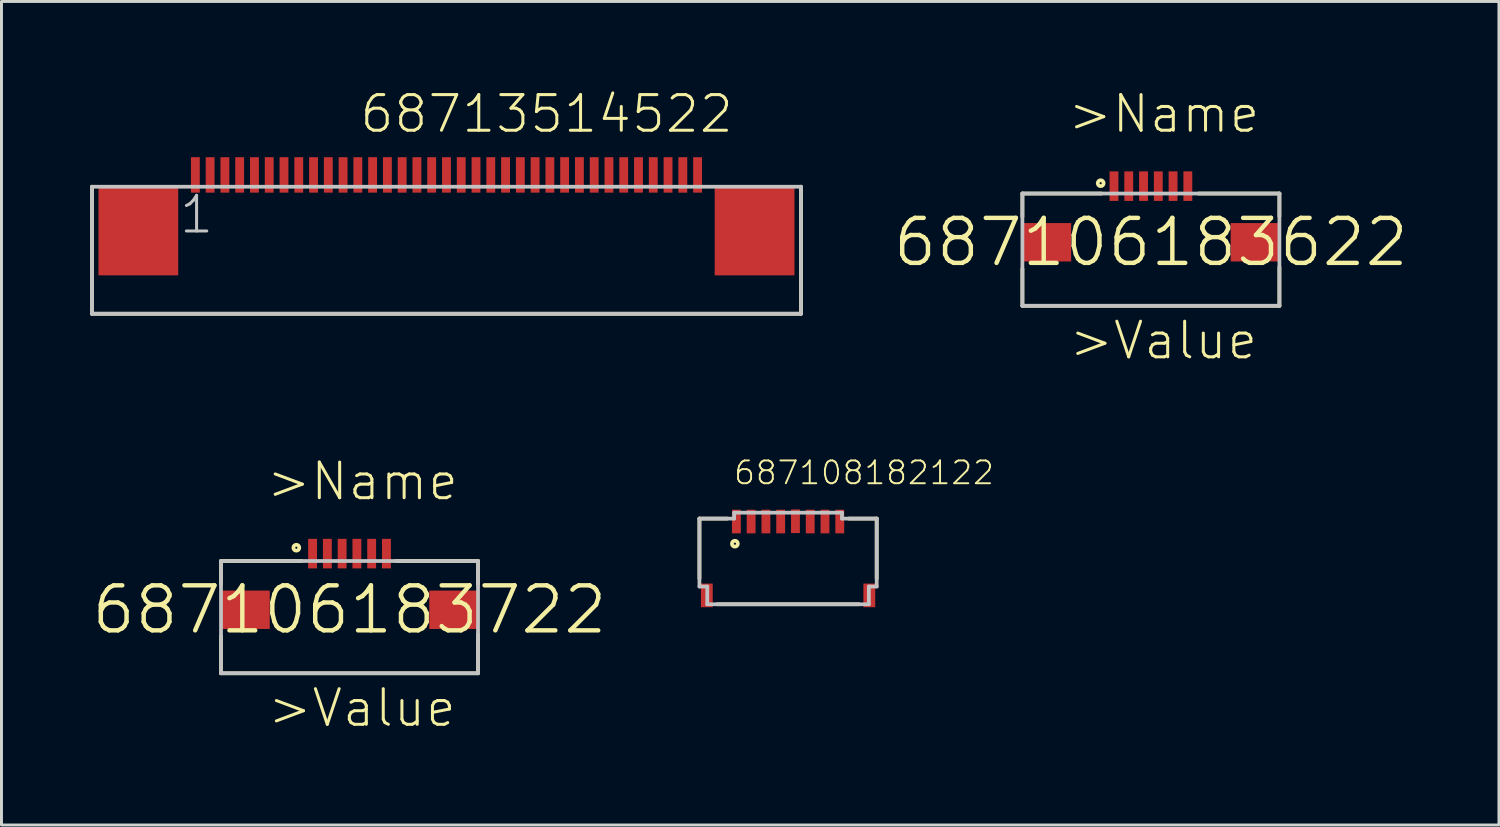
<source format=kicad_pcb>
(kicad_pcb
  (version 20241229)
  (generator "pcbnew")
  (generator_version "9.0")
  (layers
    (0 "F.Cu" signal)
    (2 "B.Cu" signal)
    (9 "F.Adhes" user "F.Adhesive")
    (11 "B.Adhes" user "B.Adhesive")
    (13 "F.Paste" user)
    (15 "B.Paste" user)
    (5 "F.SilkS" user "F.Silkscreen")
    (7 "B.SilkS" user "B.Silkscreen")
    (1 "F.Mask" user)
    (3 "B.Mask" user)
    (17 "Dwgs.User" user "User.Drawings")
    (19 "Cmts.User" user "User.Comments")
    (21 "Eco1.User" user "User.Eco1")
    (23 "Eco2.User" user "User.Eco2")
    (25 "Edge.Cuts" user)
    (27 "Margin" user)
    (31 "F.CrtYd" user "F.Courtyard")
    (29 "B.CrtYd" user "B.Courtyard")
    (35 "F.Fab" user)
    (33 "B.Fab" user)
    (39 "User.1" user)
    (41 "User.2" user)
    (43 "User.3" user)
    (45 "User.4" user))
  (footprint "68713514522"
    (layer "F.Cu")
    (at 12.063 4.771)
    (property "Reference" "68713514522" (at -2.994 -3.26 0) (layer "F.SilkS") (effects (font (size 1.206 1.206) (thickness 0.102)) (justify left bottom)))
    (attr through_hole)
    (fp_line (start -12 -1.5) (end -12 2.8) (stroke (width 0.127) (type solid)) (layer "F.SilkS"))
    (fp_line (start -12 2.8) (end 12 2.8) (stroke (width 0.127) (type solid)) (layer "F.SilkS"))
    (fp_line (start 12 2.8) (end 12 -1.5) (stroke (width 0.127) (type solid)) (layer "F.SilkS"))
    (fp_line (start -12 -1.5) (end 12 -1.5) (stroke (width 0.127) (type solid)) (layer "Dwgs.User"))
    (fp_line (start -12 2.8) (end -12 -1.5) (stroke (width 0.127) (type solid)) (layer "Dwgs.User"))
    (fp_line (start -12 2.8) (end 12 2.8) (stroke (width 0.127) (type solid)) (layer "Dwgs.User"))
    (fp_line (start 12 -1.5) (end 12 2.8) (stroke (width 0.127) (type solid)) (layer "Dwgs.User"))
    (fp_text user "1" (at -9.1 0.15 0) (layer "Dwgs.User") (effects (font (size 1.206 1.206) (thickness 0.102)) (justify left bottom)))
    (pad "1" smd rect (at -8.5 -1.9) (size 0.3 1.2) (layers "F.Cu" "F.Mask" "F.Paste"))
    (pad "2" smd rect (at -8 -1.9) (size 0.3 1.2) (layers "F.Cu" "F.Mask" "F.Paste"))
    (pad "3" smd rect (at -7.5 -1.9) (size 0.3 1.2) (layers "F.Cu" "F.Mask" "F.Paste"))
    (pad "4" smd rect (at -7 -1.9) (size 0.3 1.2) (layers "F.Cu" "F.Mask" "F.Paste"))
    (pad "5" smd rect (at -6.5 -1.9) (size 0.3 1.2) (layers "F.Cu" "F.Mask" "F.Paste"))
    (pad "6" smd rect (at -6 -1.9) (size 0.3 1.2) (layers "F.Cu" "F.Mask" "F.Paste"))
    (pad "7" smd rect (at -5.5 -1.9) (size 0.3 1.2) (layers "F.Cu" "F.Mask" "F.Paste"))
    (pad "8" smd rect (at -5 -1.9) (size 0.3 1.2) (layers "F.Cu" "F.Mask" "F.Paste"))
    (pad "9" smd rect (at -4.5 -1.9) (size 0.3 1.2) (layers "F.Cu" "F.Mask" "F.Paste"))
    (pad "10" smd rect (at -4 -1.9) (size 0.3 1.2) (layers "F.Cu" "F.Mask" "F.Paste"))
    (pad "11" smd rect (at -3.5 -1.9) (size 0.3 1.2) (layers "F.Cu" "F.Mask" "F.Paste"))
    (pad "12" smd rect (at -3 -1.9) (size 0.3 1.2) (layers "F.Cu" "F.Mask" "F.Paste"))
    (pad "13" smd rect (at -2.5 -1.9) (size 0.3 1.2) (layers "F.Cu" "F.Mask" "F.Paste"))
    (pad "14" smd rect (at -2 -1.9) (size 0.3 1.2) (layers "F.Cu" "F.Mask" "F.Paste"))
    (pad "15" smd rect (at -1.5 -1.9) (size 0.3 1.2) (layers "F.Cu" "F.Mask" "F.Paste"))
    (pad "16" smd rect (at -1 -1.9) (size 0.3 1.2) (layers "F.Cu" "F.Mask" "F.Paste"))
    (pad "17" smd rect (at -0.5 -1.9) (size 0.3 1.2) (layers "F.Cu" "F.Mask" "F.Paste"))
    (pad "18" smd rect (at 0 -1.9) (size 0.3 1.2) (layers "F.Cu" "F.Mask" "F.Paste"))
    (pad "19" smd rect (at 0.5 -1.9) (size 0.3 1.2) (layers "F.Cu" "F.Mask" "F.Paste"))
    (pad "20" smd rect (at 1 -1.9) (size 0.3 1.2) (layers "F.Cu" "F.Mask" "F.Paste"))
    (pad "21" smd rect (at 1.5 -1.9) (size 0.3 1.2) (layers "F.Cu" "F.Mask" "F.Paste"))
    (pad "22" smd rect (at 2 -1.9) (size 0.3 1.2) (layers "F.Cu" "F.Mask" "F.Paste"))
    (pad "23" smd rect (at 2.5 -1.9) (size 0.3 1.2) (layers "F.Cu" "F.Mask" "F.Paste"))
    (pad "24" smd rect (at 3 -1.9) (size 0.3 1.2) (layers "F.Cu" "F.Mask" "F.Paste"))
    (pad "25" smd rect (at 3.5 -1.9) (size 0.3 1.2) (layers "F.Cu" "F.Mask" "F.Paste"))
    (pad "26" smd rect (at 4 -1.9) (size 0.3 1.2) (layers "F.Cu" "F.Mask" "F.Paste"))
    (pad "27" smd rect (at 4.5 -1.9) (size 0.3 1.2) (layers "F.Cu" "F.Mask" "F.Paste"))
    (pad "28" smd rect (at 5 -1.9) (size 0.3 1.2) (layers "F.Cu" "F.Mask" "F.Paste"))
    (pad "29" smd rect (at 5.5 -1.9) (size 0.3 1.2) (layers "F.Cu" "F.Mask" "F.Paste"))
    (pad "30" smd rect (at 6 -1.9) (size 0.3 1.2) (layers "F.Cu" "F.Mask" "F.Paste"))
    (pad "31" smd rect (at 6.5 -1.9) (size 0.3 1.2) (layers "F.Cu" "F.Mask" "F.Paste"))
    (pad "32" smd rect (at 7 -1.9) (size 0.3 1.2) (layers "F.Cu" "F.Mask" "F.Paste"))
    (pad "33" smd rect (at 7.5 -1.9) (size 0.3 1.2) (layers "F.Cu" "F.Mask" "F.Paste"))
    (pad "34" smd rect (at 8 -1.9) (size 0.3 1.2) (layers "F.Cu" "F.Mask" "F.Paste"))
    (pad "35" smd rect (at 8.5 -1.9) (size 0.3 1.2) (layers "F.Cu" "F.Mask" "F.Paste"))
    (pad "Z1" smd rect (at -10.43 0) (size 2.7 3) (layers "F.Cu" "F.Mask" "F.Paste"))
    (pad "Z2" smd rect (at 10.43 0) (size 2.7 3) (layers "F.Cu" "F.Mask" "F.Paste")))
  (footprint "687106183622"
    (layer "F.Cu")
    (at 35.908 5.151)
    (property "Reference" "687106183622" (at 0 0 0) (layer "F.SilkS") (effects (font (size 1.524 1.524) (thickness 0.15))))
    (attr through_hole)
    (fp_line (start -4.35 -1.65) (end -4.35 -0.86) (stroke (width 0.127) (type solid)) (layer "F.SilkS"))
    (fp_line (start -4.35 0.89) (end -4.35 2.15) (stroke (width 0.127) (type solid)) (layer "F.SilkS"))
    (fp_line (start -4.35 2.15) (end 4.35 2.15) (stroke (width 0.127) (type solid)) (layer "F.SilkS"))
    (fp_line (start -1.67 -1.65) (end -4.35 -1.65) (stroke (width 0.127) (type solid)) (layer "F.SilkS"))
    (fp_line (start 1.61 -1.65) (end 4.35 -1.65) (stroke (width 0.127) (type solid)) (layer "F.SilkS"))
    (fp_line (start 4.35 -1.65) (end 4.35 -0.88) (stroke (width 0.127) (type solid)) (layer "F.SilkS"))
    (fp_line (start 4.35 2.15) (end 4.35 0.84) (stroke (width 0.127) (type solid)) (layer "F.SilkS"))
    (fp_circle (center -1.7 -2) (end -1.6 -2) (stroke (width 0.127) (type solid)) (fill no) (layer "F.SilkS"))
    (fp_line (start -4.35 -1.65) (end 4.35 -1.65) (stroke (width 0.127) (type solid)) (layer "Dwgs.User"))
    (fp_line (start -4.35 2.15) (end -4.35 -1.65) (stroke (width 0.127) (type solid)) (layer "Dwgs.User"))
    (fp_line (start 4.35 -1.65) (end 4.35 2.15) (stroke (width 0.127) (type solid)) (layer "Dwgs.User"))
    (fp_line (start 4.35 2.15) (end -4.35 2.15) (stroke (width 0.127) (type solid)) (layer "Dwgs.User"))
    (fp_text user ">Name" (at -2.87 -3.64 0) (layer "F.SilkS") (effects (font (size 1.206 1.206) (thickness 0.102)) (justify left bottom)))
    (fp_text user ">Value" (at -2.83 4.03 0) (layer "F.SilkS") (effects (font (size 1.206 1.206) (thickness 0.102)) (justify left bottom)))
    (pad "1" smd rect (at -1.25 -1.9 90) (size 1 0.3) (layers "F.Cu" "F.Mask" "F.Paste"))
    (pad "2" smd rect (at -0.75 -1.9 90) (size 1 0.3) (layers "F.Cu" "F.Mask" "F.Paste"))
    (pad "3" smd rect (at -0.25 -1.9 90) (size 1 0.3) (layers "F.Cu" "F.Mask" "F.Paste"))
    (pad "4" smd rect (at 0.25 -1.9 90) (size 1 0.3) (layers "F.Cu" "F.Mask" "F.Paste"))
    (pad "5" smd rect (at 0.75 -1.9 90) (size 1 0.3) (layers "F.Cu" "F.Mask" "F.Paste"))
    (pad "6" smd rect (at 1.25 -1.9 90) (size 1 0.3) (layers "F.Cu" "F.Mask" "F.Paste"))
    (pad "Z1" smd rect (at -3.525 0) (size 1.65 1.3) (layers "F.Cu" "F.Mask" "F.Paste"))
    (pad "Z2" smd rect (at 3.525 0) (size 1.65 1.3) (layers "F.Cu" "F.Mask" "F.Paste")))
  (footprint "687106183722"
    (layer "F.Cu")
    (at 8.781 17.59)
    (property "Reference" "687106183722" (at 0 0 0) (layer "F.SilkS") (effects (font (size 1.524 1.524) (thickness 0.15))))
    (attr through_hole)
    (fp_line (start -4.35 -1.65) (end -4.35 -0.87) (stroke (width 0.127) (type solid)) (layer "F.SilkS"))
    (fp_line (start -4.35 0.89) (end -4.35 2.15) (stroke (width 0.127) (type solid)) (layer "F.SilkS"))
    (fp_line (start -4.35 2.15) (end 4.35 2.15) (stroke (width 0.127) (type solid)) (layer "F.SilkS"))
    (fp_line (start -1.62 -1.65) (end -4.35 -1.65) (stroke (width 0.127) (type solid)) (layer "F.SilkS"))
    (fp_line (start 1.58 -1.65) (end 4.35 -1.65) (stroke (width 0.127) (type solid)) (layer "F.SilkS"))
    (fp_line (start 4.35 -1.65) (end 4.35 -0.87) (stroke (width 0.127) (type solid)) (layer "F.SilkS"))
    (fp_line (start 4.35 2.15) (end 4.35 0.84) (stroke (width 0.127) (type solid)) (layer "F.SilkS"))
    (fp_circle (center -1.8 -2.1) (end -1.7 -2.1) (stroke (width 0.127) (type solid)) (fill no) (layer "F.SilkS"))
    (fp_line (start -4.35 -1.65) (end 4.35 -1.65) (stroke (width 0.127) (type solid)) (layer "Dwgs.User"))
    (fp_line (start -4.35 2.15) (end -4.35 -1.65) (stroke (width 0.127) (type solid)) (layer "Dwgs.User"))
    (fp_line (start 4.35 -1.65) (end 4.35 2.15) (stroke (width 0.127) (type solid)) (layer "Dwgs.User"))
    (fp_line (start 4.35 2.15) (end -4.35 2.15) (stroke (width 0.127) (type solid)) (layer "Dwgs.User"))
    (fp_text user ">Name" (at -2.87 -3.64 0) (layer "F.SilkS") (effects (font (size 1.206 1.206) (thickness 0.102)) (justify left bottom)))
    (fp_text user ">Value" (at -2.83 4.03 0) (layer "F.SilkS") (effects (font (size 1.206 1.206) (thickness 0.102)) (justify left bottom)))
    (pad "1" smd rect (at -1.25 -1.9 90) (size 1 0.3) (layers "F.Cu" "F.Mask" "F.Paste"))
    (pad "2" smd rect (at -0.75 -1.9 90) (size 1 0.3) (layers "F.Cu" "F.Mask" "F.Paste"))
    (pad "3" smd rect (at -0.25 -1.9 90) (size 1 0.3) (layers "F.Cu" "F.Mask" "F.Paste"))
    (pad "4" smd rect (at 0.25 -1.9 90) (size 1 0.3) (layers "F.Cu" "F.Mask" "F.Paste"))
    (pad "5" smd rect (at 0.75 -1.9 90) (size 1 0.3) (layers "F.Cu" "F.Mask" "F.Paste"))
    (pad "6" smd rect (at 1.25 -1.9 90) (size 1 0.3) (layers "F.Cu" "F.Mask" "F.Paste"))
    (pad "Z1" smd rect (at -3.525 0) (size 1.65 1.3) (layers "F.Cu" "F.Mask" "F.Paste"))
    (pad "Z2" smd rect (at 3.525 0) (size 1.65 1.3) (layers "F.Cu" "F.Mask" "F.Paste")))
  (footprint "687108182122"
    (layer "F.Cu")
    (at 23.626 15.854)
    (property "Reference" "687108182122" (at -1.883 -2.449 0) (layer "F.SilkS") (effects (font (size 0.772 0.772) (thickness 0.065)) (justify left bottom)))
    (attr through_hole)
    (fp_line (start -3 -1.35) (end -3 0.68) (stroke (width 0.127) (type solid)) (layer "F.SilkS"))
    (fp_line (start -2.4 1.55) (end 2.4 1.55) (stroke (width 0.127) (type solid)) (layer "F.SilkS"))
    (fp_line (start -2.06 -1.35) (end -3 -1.35) (stroke (width 0.127) (type solid)) (layer "F.SilkS"))
    (fp_line (start 3 -1.35) (end 2.06 -1.35) (stroke (width 0.127) (type solid)) (layer "F.SilkS"))
    (fp_line (start 3 -1.35) (end 3 0.68) (stroke (width 0.127) (type solid)) (layer "F.SilkS"))
    (fp_circle (center -1.8 -0.5) (end -1.7 -0.5) (stroke (width 0.127) (type solid)) (fill no) (layer "F.SilkS"))
    (fp_line (start -3 -1.35) (end -3 0.95) (stroke (width 0.127) (type solid)) (layer "Dwgs.User"))
    (fp_line (start -3 -1.35) (end -1.825 -1.35) (stroke (width 0.127) (type solid)) (layer "Dwgs.User"))
    (fp_line (start -3 0.95) (end -2.735 0.95) (stroke (width 0.127) (type solid)) (layer "Dwgs.User"))
    (fp_line (start -2.735 1.55) (end -2.735 0.95) (stroke (width 0.127) (type solid)) (layer "Dwgs.User"))
    (fp_line (start -2.735 1.55) (end 2.735 1.55) (stroke (width 0.127) (type solid)) (layer "Dwgs.User"))
    (fp_line (start -1.825 -1.55) (end -1.825 -1.35) (stroke (width 0.127) (type solid)) (layer "Dwgs.User"))
    (fp_line (start -1.825 -1.55) (end 1.825 -1.55) (stroke (width 0.127) (type solid)) (layer "Dwgs.User"))
    (fp_line (start 1.825 -1.55) (end 1.825 -1.35) (stroke (width 0.127) (type solid)) (layer "Dwgs.User"))
    (fp_line (start 1.825 -1.35) (end 3 -1.35) (stroke (width 0.127) (type solid)) (layer "Dwgs.User"))
    (fp_line (start 2.735 0.95) (end 3 0.95) (stroke (width 0.127) (type solid)) (layer "Dwgs.User"))
    (fp_line (start 2.735 1.55) (end 2.735 0.95) (stroke (width 0.127) (type solid)) (layer "Dwgs.User"))
    (fp_line (start 3 -1.35) (end 3 0.95) (stroke (width 0.127) (type solid)) (layer "Dwgs.User"))
    (pad "1" smd rect (at -1.75 -1.25 90) (size 0.8 0.3) (layers "F.Cu" "F.Mask" "F.Paste"))
    (pad "2" smd rect (at -1.25 -1.25 90) (size 0.8 0.3) (layers "F.Cu" "F.Mask" "F.Paste"))
    (pad "3" smd rect (at -0.75 -1.25 90) (size 0.8 0.3) (layers "F.Cu" "F.Mask" "F.Paste"))
    (pad "4" smd rect (at -0.25 -1.25 90) (size 0.8 0.3) (layers "F.Cu" "F.Mask" "F.Paste"))
    (pad "5" smd rect (at 0.25 -1.26 90) (size 0.8 0.3) (layers "F.Cu" "F.Mask" "F.Paste"))
    (pad "6" smd rect (at 0.75 -1.25 90) (size 0.8 0.3) (layers "F.Cu" "F.Mask" "F.Paste"))
    (pad "7" smd rect (at 1.25 -1.25 90) (size 0.8 0.3) (layers "F.Cu" "F.Mask" "F.Paste"))
    (pad "8" smd rect (at 1.75 -1.25 90) (size 0.8 0.3) (layers "F.Cu" "F.Mask" "F.Paste"))
    (pad "Z1" smd rect (at -2.75 1.25 90) (size 0.8 0.4) (layers "F.Cu" "F.Mask" "F.Paste"))
    (pad "Z2" smd rect (at 2.75 1.25 90) (size 0.8 0.4) (layers "F.Cu" "F.Mask" "F.Paste")))
  (gr_rect
    (start -3 -3)
    (end 47.689 24.876)
    (stroke (width 0.1) (type default))
    (fill no)
    (layer "Edge.Cuts")))
</source>
